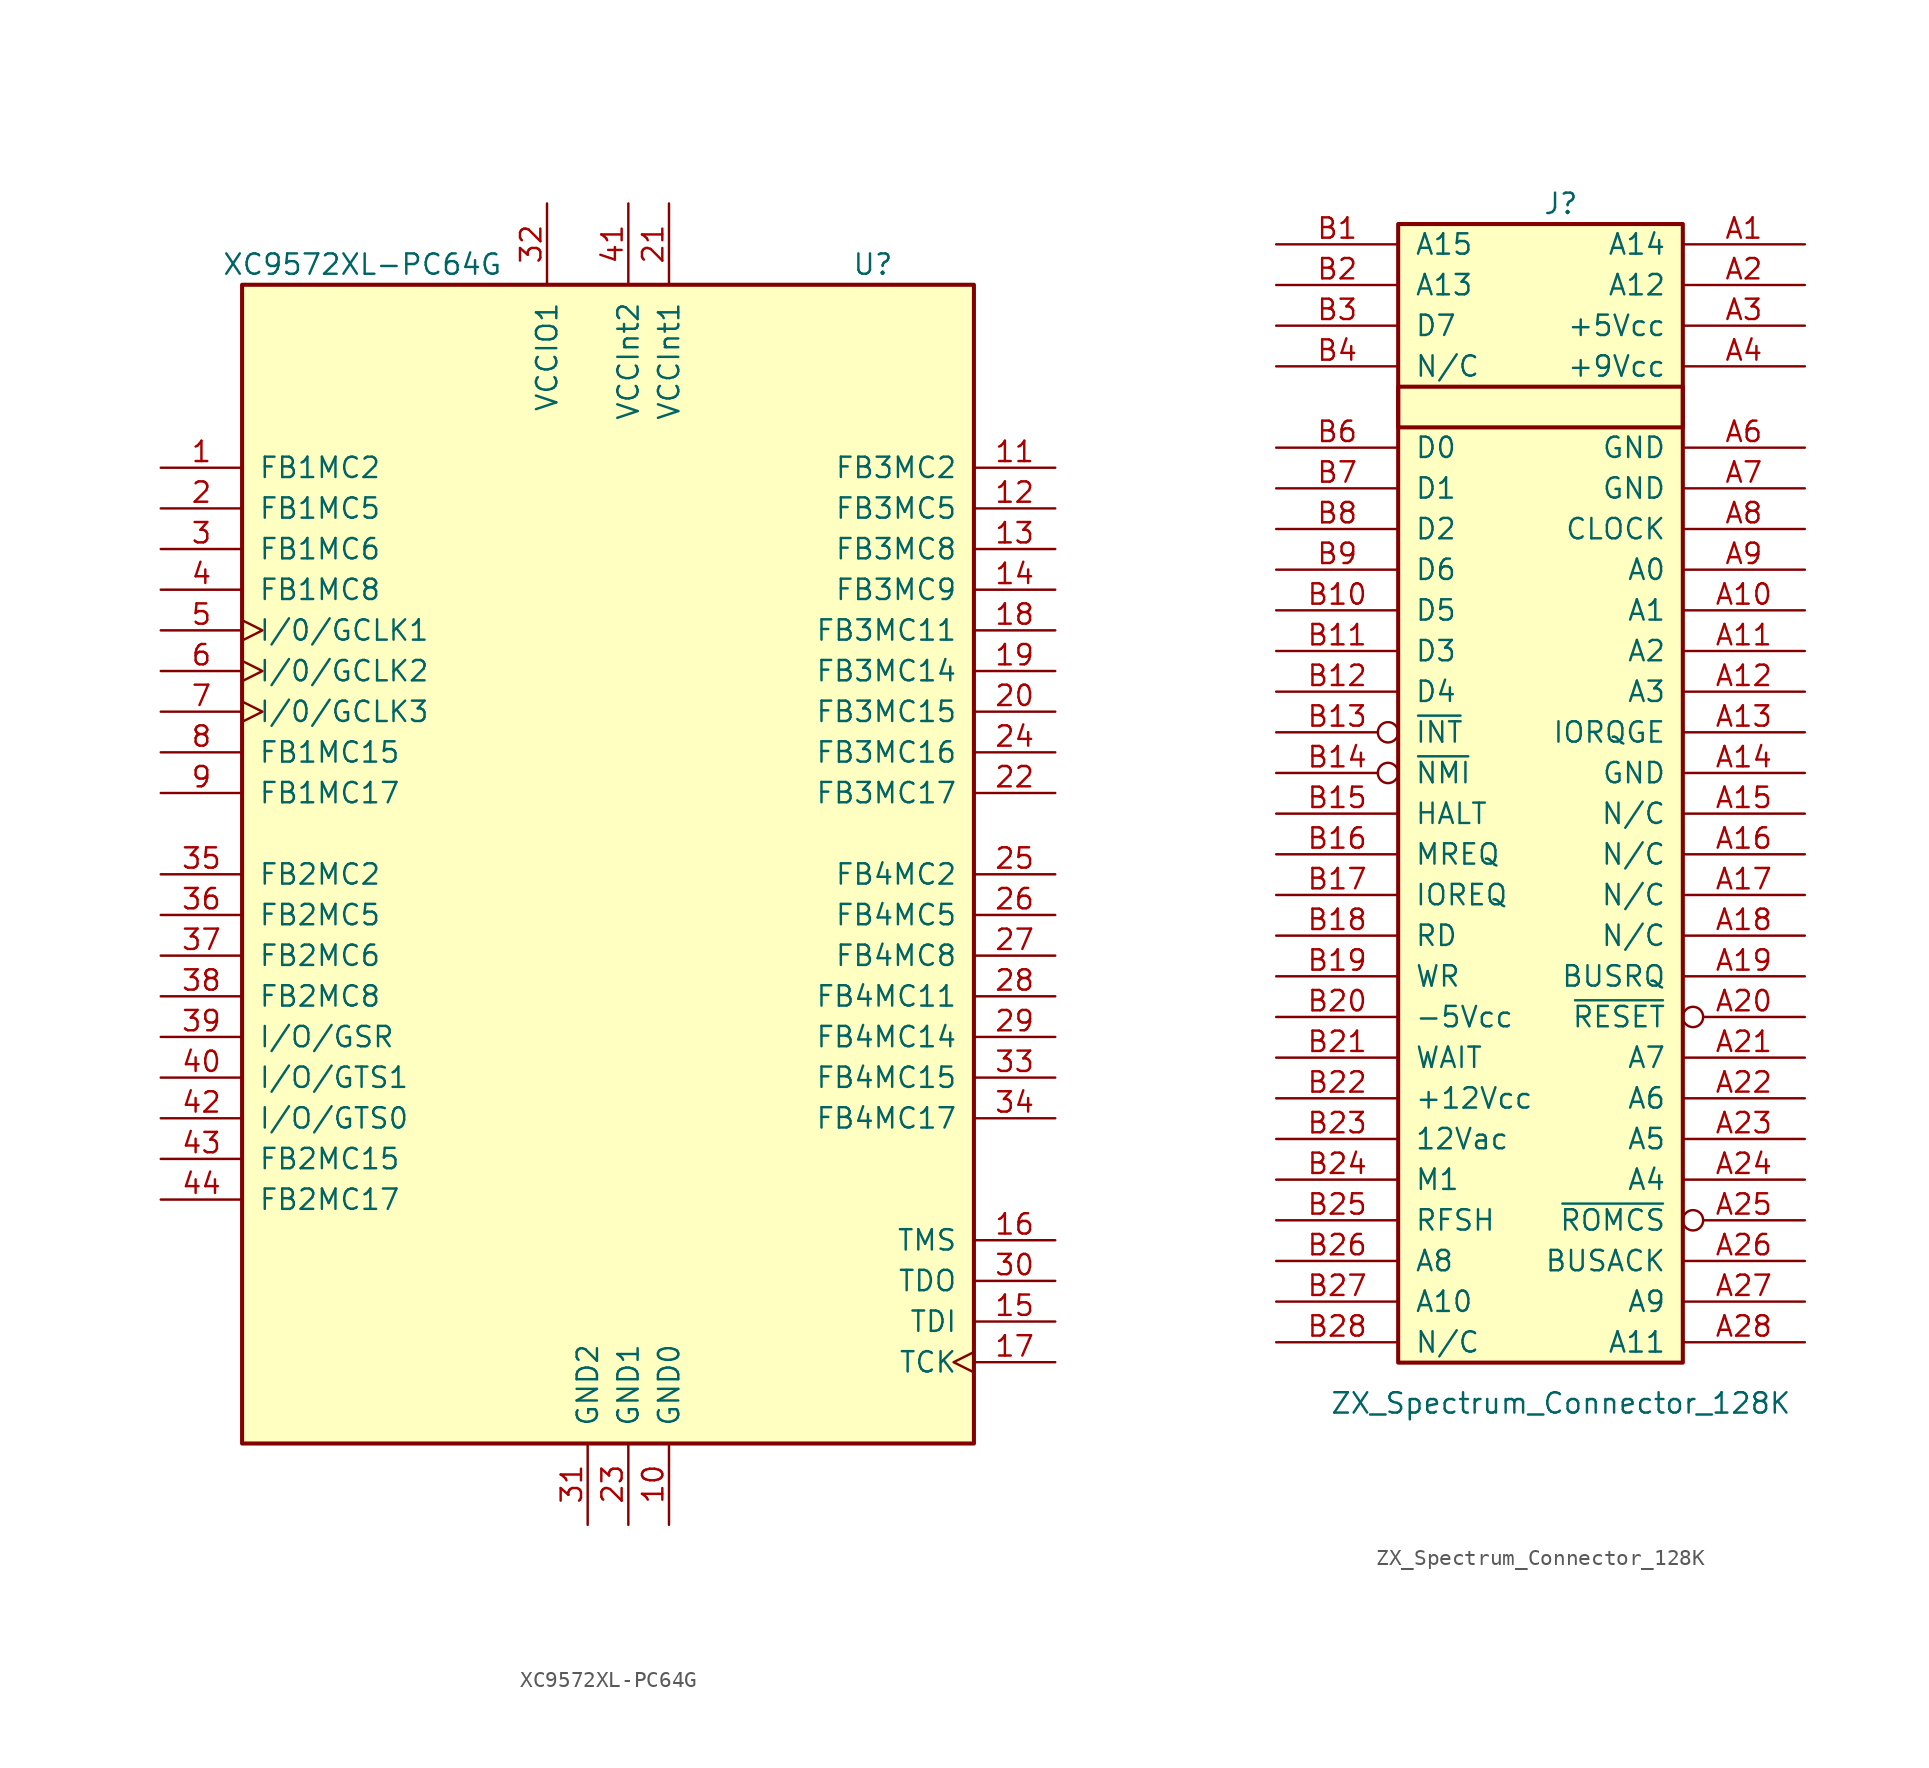
<source format=kicad_sym>
(kicad_symbol_lib
  (version 20220914)
  (generator kicad_symbol_editor)
  (symbol "XC9572XL-PC64G"
    (pin_names
      (offset 1.016))
    (property "Reference" "U"
      (at 15.24 35.56 0)
      (effects (font (size 1.27 1.27)) (justify left)))
    (property "Value" "XC9572XL-PC64G"
      (at -24.13 35.56 0)
      (effects (font (size 1.27 1.27)) (justify left)))
    (symbol "XC9572XL-PC64G_1_1"
      (rectangle (start -22.86 34.29) (end 22.86 -38.1) (stroke (width 0.254) (type default)) (fill (type background)))
      (pin bidirectional line (at -27.94 22.86 0) (length 5.08) (name "FB1MC2" (effects (font (size 1.27 1.27)))) (number "1" (effects (font (size 1.27 1.27)))))
      (pin power_in line (at 3.81 -43.18 90) (length 5.08) (name "GND0" (effects (font (size 1.27 1.27)))) (number "10" (effects (font (size 1.27 1.27)))))
      (pin bidirectional line (at 27.94 22.86 180) (length 5.08) (name "FB3MC2" (effects (font (size 1.27 1.27)))) (number "11" (effects (font (size 1.27 1.27)))))
      (pin bidirectional line (at 27.94 20.32 180) (length 5.08) (name "FB3MC5" (effects (font (size 1.27 1.27)))) (number "12" (effects (font (size 1.27 1.27)))))
      (pin bidirectional line (at 27.94 17.78 180) (length 5.08) (name "FB3MC8" (effects (font (size 1.27 1.27)))) (number "13" (effects (font (size 1.27 1.27)))))
      (pin bidirectional line (at 27.94 15.24 180) (length 5.08) (name "FB3MC9" (effects (font (size 1.27 1.27)))) (number "14" (effects (font (size 1.27 1.27)))))
      (pin bidirectional line (at 27.94 -30.48 180) (length 5.08) (name "TDI" (effects (font (size 1.27 1.27)))) (number "15" (effects (font (size 1.27 1.27)))))
      (pin bidirectional line (at 27.94 -25.4 180) (length 5.08) (name "TMS" (effects (font (size 1.27 1.27)))) (number "16" (effects (font (size 1.27 1.27)))))
      (pin bidirectional clock (at 27.94 -33.02 180) (length 5.08) (name "TCK" (effects (font (size 1.27 1.27)))) (number "17" (effects (font (size 1.27 1.27)))))
      (pin bidirectional line (at 27.94 12.7 180) (length 5.08) (name "FB3MC11" (effects (font (size 1.27 1.27)))) (number "18" (effects (font (size 1.27 1.27)))))
      (pin bidirectional line (at 27.94 10.16 180) (length 5.08) (name "FB3MC14" (effects (font (size 1.27 1.27)))) (number "19" (effects (font (size 1.27 1.27)))))
      (pin bidirectional line (at -27.94 20.32 0) (length 5.08) (name "FB1MC5" (effects (font (size 1.27 1.27)))) (number "2" (effects (font (size 1.27 1.27)))))
      (pin bidirectional line (at 27.94 7.62 180) (length 5.08) (name "FB3MC15" (effects (font (size 1.27 1.27)))) (number "20" (effects (font (size 1.27 1.27)))))
      (pin power_in line (at 3.81 39.37 270) (length 5.08) (name "VCCInt1" (effects (font (size 1.27 1.27)))) (number "21" (effects (font (size 1.27 1.27)))))
      (pin bidirectional line (at 27.94 2.54 180) (length 5.08) (name "FB3MC17" (effects (font (size 1.27 1.27)))) (number "22" (effects (font (size 1.27 1.27)))))
      (pin power_in line (at 1.27 -43.18 90) (length 5.08) (name "GND1" (effects (font (size 1.27 1.27)))) (number "23" (effects (font (size 1.27 1.27)))))
      (pin bidirectional line (at 27.94 5.08 180) (length 5.08) (name "FB3MC16" (effects (font (size 1.27 1.27)))) (number "24" (effects (font (size 1.27 1.27)))))
      (pin bidirectional line (at 27.94 -2.54 180) (length 5.08) (name "FB4MC2" (effects (font (size 1.27 1.27)))) (number "25" (effects (font (size 1.27 1.27)))))
      (pin bidirectional line (at 27.94 -5.08 180) (length 5.08) (name "FB4MC5" (effects (font (size 1.27 1.27)))) (number "26" (effects (font (size 1.27 1.27)))))
      (pin bidirectional line (at 27.94 -7.62 180) (length 5.08) (name "FB4MC8" (effects (font (size 1.27 1.27)))) (number "27" (effects (font (size 1.27 1.27)))))
      (pin bidirectional line (at 27.94 -10.16 180) (length 5.08) (name "FB4MC11" (effects (font (size 1.27 1.27)))) (number "28" (effects (font (size 1.27 1.27)))))
      (pin bidirectional line (at 27.94 -12.7 180) (length 5.08) (name "FB4MC14" (effects (font (size 1.27 1.27)))) (number "29" (effects (font (size 1.27 1.27)))))
      (pin bidirectional line (at -27.94 17.78 0) (length 5.08) (name "FB1MC6" (effects (font (size 1.27 1.27)))) (number "3" (effects (font (size 1.27 1.27)))))
      (pin bidirectional line (at 27.94 -27.94 180) (length 5.08) (name "TDO" (effects (font (size 1.27 1.27)))) (number "30" (effects (font (size 1.27 1.27)))))
      (pin power_in line (at -1.27 -43.18 90) (length 5.08) (name "GND2" (effects (font (size 1.27 1.27)))) (number "31" (effects (font (size 1.27 1.27)))))
      (pin power_in line (at -3.81 39.37 270) (length 5.08) (name "VCCIO1" (effects (font (size 1.27 1.27)))) (number "32" (effects (font (size 1.27 1.27)))))
      (pin bidirectional line (at 27.94 -15.24 180) (length 5.08) (name "FB4MC15" (effects (font (size 1.27 1.27)))) (number "33" (effects (font (size 1.27 1.27)))))
      (pin bidirectional line (at 27.94 -17.78 180) (length 5.08) (name "FB4MC17" (effects (font (size 1.27 1.27)))) (number "34" (effects (font (size 1.27 1.27)))))
      (pin bidirectional line (at -27.94 -2.54 0) (length 5.08) (name "FB2MC2" (effects (font (size 1.27 1.27)))) (number "35" (effects (font (size 1.27 1.27)))))
      (pin bidirectional line (at -27.94 -5.08 0) (length 5.08) (name "FB2MC5" (effects (font (size 1.27 1.27)))) (number "36" (effects (font (size 1.27 1.27)))))
      (pin bidirectional line (at -27.94 -7.62 0) (length 5.08) (name "FB2MC6" (effects (font (size 1.27 1.27)))) (number "37" (effects (font (size 1.27 1.27)))))
      (pin bidirectional line (at -27.94 -10.16 0) (length 5.08) (name "FB2MC8" (effects (font (size 1.27 1.27)))) (number "38" (effects (font (size 1.27 1.27)))))
      (pin bidirectional line (at -27.94 -12.7 0) (length 5.08) (name "I/O/GSR" (effects (font (size 1.27 1.27)))) (number "39" (effects (font (size 1.27 1.27)))))
      (pin bidirectional line (at -27.94 15.24 0) (length 5.08) (name "FB1MC8" (effects (font (size 1.27 1.27)))) (number "4" (effects (font (size 1.27 1.27)))))
      (pin bidirectional line (at -27.94 -15.24 0) (length 5.08) (name "I/O/GTS1" (effects (font (size 1.27 1.27)))) (number "40" (effects (font (size 1.27 1.27)))))
      (pin power_in line (at 1.27 39.37 270) (length 5.08) (name "VCCInt2" (effects (font (size 1.27 1.27)))) (number "41" (effects (font (size 1.27 1.27)))))
      (pin bidirectional line (at -27.94 -17.78 0) (length 5.08) (name "I/O/GTS0" (effects (font (size 1.27 1.27)))) (number "42" (effects (font (size 1.27 1.27)))))
      (pin bidirectional line (at -27.94 -20.32 0) (length 5.08) (name "FB2MC15" (effects (font (size 1.27 1.27)))) (number "43" (effects (font (size 1.27 1.27)))))
      (pin bidirectional line (at -27.94 -22.86 0) (length 5.08) (name "FB2MC17" (effects (font (size 1.27 1.27)))) (number "44" (effects (font (size 1.27 1.27)))))
      (pin bidirectional clock (at -27.94 12.7 0) (length 5.08) (name "I/0/GCLK1" (effects (font (size 1.27 1.27)))) (number "5" (effects (font (size 1.27 1.27)))))
      (pin bidirectional clock (at -27.94 10.16 0) (length 5.08) (name "I/0/GCLK2" (effects (font (size 1.27 1.27)))) (number "6" (effects (font (size 1.27 1.27)))))
      (pin bidirectional clock (at -27.94 7.62 0) (length 5.08) (name "I/0/GCLK3" (effects (font (size 1.27 1.27)))) (number "7" (effects (font (size 1.27 1.27)))))
      (pin bidirectional line (at -27.94 5.08 0) (length 5.08) (name "FB1MC15" (effects (font (size 1.27 1.27)))) (number "8" (effects (font (size 1.27 1.27)))))
      (pin bidirectional line (at -27.94 2.54 0) (length 5.08) (name "FB1MC17" (effects (font (size 1.27 1.27)))) (number "9" (effects (font (size 1.27 1.27)))))))
  (symbol "ZX_Spectrum_Connector_128K"
    (pin_names
      (offset 1.016))
    (property "Reference" "J"
      (at 1.27 36.83 0)
      (effects (font (size 1.27 1.27))))
    (property "Value" "ZX_Spectrum_Connector_128K"
      (at 1.27 -38.1 0)
      (effects (font (size 1.27 1.27))))
    (symbol "ZX_Spectrum_Connector_128K_1_1"
      (rectangle (start -8.89 25.4) (end 8.89 22.86) (stroke (width 0.254) (type default)) (fill (type none)))
      (rectangle (start -8.89 35.56) (end 8.89 -35.56) (stroke (width 0.254) (type default)) (fill (type background)))
      (pin bidirectional line (at 16.51 34.29 180) (length 7.62) (name "A14" (effects (font (size 1.27 1.27)))) (number "A1" (effects (font (size 1.27 1.27)))))
      (pin bidirectional line (at 16.51 11.43 180) (length 7.62) (name "A1" (effects (font (size 1.27 1.27)))) (number "A10" (effects (font (size 1.27 1.27)))))
      (pin bidirectional line (at 16.51 8.89 180) (length 7.62) (name "A2" (effects (font (size 1.27 1.27)))) (number "A11" (effects (font (size 1.27 1.27)))))
      (pin bidirectional line (at 16.51 6.35 180) (length 7.62) (name "A3" (effects (font (size 1.27 1.27)))) (number "A12" (effects (font (size 1.27 1.27)))))
      (pin bidirectional line (at 16.51 3.81 180) (length 7.62) (name "IORQGE" (effects (font (size 1.27 1.27)))) (number "A13" (effects (font (size 1.27 1.27)))))
      (pin bidirectional line (at 16.51 1.27 180) (length 7.62) (name "GND" (effects (font (size 1.27 1.27)))) (number "A14" (effects (font (size 1.27 1.27)))))
      (pin passive line (at 16.51 -1.27 180) (length 7.62) (name "N/C" (effects (font (size 1.27 1.27)))) (number "A15" (effects (font (size 1.27 1.27)))))
      (pin passive line (at 16.51 -3.81 180) (length 7.62) (name "N/C" (effects (font (size 1.27 1.27)))) (number "A16" (effects (font (size 1.27 1.27)))))
      (pin passive line (at 16.51 -6.35 180) (length 7.62) (name "N/C" (effects (font (size 1.27 1.27)))) (number "A17" (effects (font (size 1.27 1.27)))))
      (pin passive line (at 16.51 -8.89 180) (length 7.62) (name "N/C" (effects (font (size 1.27 1.27)))) (number "A18" (effects (font (size 1.27 1.27)))))
      (pin bidirectional line (at 16.51 -11.43 180) (length 7.62) (name "BUSRQ" (effects (font (size 1.27 1.27)))) (number "A19" (effects (font (size 1.27 1.27)))))
      (pin bidirectional line (at 16.51 31.75 180) (length 7.62) (name "A12" (effects (font (size 1.27 1.27)))) (number "A2" (effects (font (size 1.27 1.27)))))
      (pin bidirectional inverted (at 16.51 -13.97 180) (length 7.62) (name "~{RESET}" (effects (font (size 1.27 1.27)))) (number "A20" (effects (font (size 1.27 1.27)))))
      (pin bidirectional line (at 16.51 -16.51 180) (length 7.62) (name "A7" (effects (font (size 1.27 1.27)))) (number "A21" (effects (font (size 1.27 1.27)))))
      (pin bidirectional line (at 16.51 -19.05 180) (length 7.62) (name "A6" (effects (font (size 1.27 1.27)))) (number "A22" (effects (font (size 1.27 1.27)))))
      (pin bidirectional line (at 16.51 -21.59 180) (length 7.62) (name "A5" (effects (font (size 1.27 1.27)))) (number "A23" (effects (font (size 1.27 1.27)))))
      (pin bidirectional line (at 16.51 -24.13 180) (length 7.62) (name "A4" (effects (font (size 1.27 1.27)))) (number "A24" (effects (font (size 1.27 1.27)))))
      (pin bidirectional inverted (at 16.51 -26.67 180) (length 7.62) (name "~{ROMCS}" (effects (font (size 1.27 1.27)))) (number "A25" (effects (font (size 1.27 1.27)))))
      (pin bidirectional line (at 16.51 -29.21 180) (length 7.62) (name "BUSACK" (effects (font (size 1.27 1.27)))) (number "A26" (effects (font (size 1.27 1.27)))))
      (pin bidirectional line (at 16.51 -31.75 180) (length 7.62) (name "A9" (effects (font (size 1.27 1.27)))) (number "A27" (effects (font (size 1.27 1.27)))))
      (pin bidirectional line (at 16.51 -34.29 180) (length 7.62) (name "A11" (effects (font (size 1.27 1.27)))) (number "A28" (effects (font (size 1.27 1.27)))))
      (pin bidirectional line (at 16.51 29.21 180) (length 7.62) (name "+5Vcc" (effects (font (size 1.27 1.27)))) (number "A3" (effects (font (size 1.27 1.27)))))
      (pin bidirectional line (at 16.51 26.67 180) (length 7.62) (name "+9Vcc" (effects (font (size 1.27 1.27)))) (number "A4" (effects (font (size 1.27 1.27)))))
      (pin bidirectional line (at 16.51 21.59 180) (length 7.62) (name "GND" (effects (font (size 1.27 1.27)))) (number "A6" (effects (font (size 1.27 1.27)))))
      (pin bidirectional line (at 16.51 19.05 180) (length 7.62) (name "GND" (effects (font (size 1.27 1.27)))) (number "A7" (effects (font (size 1.27 1.27)))))
      (pin bidirectional line (at 16.51 16.51 180) (length 7.62) (name "CLOCK" (effects (font (size 1.27 1.27)))) (number "A8" (effects (font (size 1.27 1.27)))))
      (pin bidirectional line (at 16.51 13.97 180) (length 7.62) (name "A0" (effects (font (size 1.27 1.27)))) (number "A9" (effects (font (size 1.27 1.27)))))
      (pin bidirectional line (at -16.51 34.29 0) (length 7.62) (name "A15" (effects (font (size 1.27 1.27)))) (number "B1" (effects (font (size 1.27 1.27)))))
      (pin bidirectional line (at -16.51 11.43 0) (length 7.62) (name "D5" (effects (font (size 1.27 1.27)))) (number "B10" (effects (font (size 1.27 1.27)))))
      (pin bidirectional line (at -16.51 8.89 0) (length 7.62) (name "D3" (effects (font (size 1.27 1.27)))) (number "B11" (effects (font (size 1.27 1.27)))))
      (pin bidirectional line (at -16.51 6.35 0) (length 7.62) (name "D4" (effects (font (size 1.27 1.27)))) (number "B12" (effects (font (size 1.27 1.27)))))
      (pin bidirectional inverted (at -16.51 3.81 0) (length 7.62) (name "~{INT}" (effects (font (size 1.27 1.27)))) (number "B13" (effects (font (size 1.27 1.27)))))
      (pin bidirectional inverted (at -16.51 1.27 0) (length 7.62) (name "~{NMI}" (effects (font (size 1.27 1.27)))) (number "B14" (effects (font (size 1.27 1.27)))))
      (pin bidirectional line (at -16.51 -1.27 0) (length 7.62) (name "HALT" (effects (font (size 1.27 1.27)))) (number "B15" (effects (font (size 1.27 1.27)))))
      (pin bidirectional line (at -16.51 -3.81 0) (length 7.62) (name "MREQ" (effects (font (size 1.27 1.27)))) (number "B16" (effects (font (size 1.27 1.27)))))
      (pin bidirectional line (at -16.51 -6.35 0) (length 7.62) (name "IOREQ" (effects (font (size 1.27 1.27)))) (number "B17" (effects (font (size 1.27 1.27)))))
      (pin bidirectional line (at -16.51 -8.89 0) (length 7.62) (name "RD" (effects (font (size 1.27 1.27)))) (number "B18" (effects (font (size 1.27 1.27)))))
      (pin bidirectional line (at -16.51 -11.43 0) (length 7.62) (name "WR" (effects (font (size 1.27 1.27)))) (number "B19" (effects (font (size 1.27 1.27)))))
      (pin bidirectional line (at -16.51 31.75 0) (length 7.62) (name "A13" (effects (font (size 1.27 1.27)))) (number "B2" (effects (font (size 1.27 1.27)))))
      (pin bidirectional line (at -16.51 -13.97 0) (length 7.62) (name "-5Vcc" (effects (font (size 1.27 1.27)))) (number "B20" (effects (font (size 1.27 1.27)))))
      (pin bidirectional line (at -16.51 -16.51 0) (length 7.62) (name "WAIT" (effects (font (size 1.27 1.27)))) (number "B21" (effects (font (size 1.27 1.27)))))
      (pin bidirectional line (at -16.51 -19.05 0) (length 7.62) (name "+12Vcc" (effects (font (size 1.27 1.27)))) (number "B22" (effects (font (size 1.27 1.27)))))
      (pin bidirectional line (at -16.51 -21.59 0) (length 7.62) (name "12Vac" (effects (font (size 1.27 1.27)))) (number "B23" (effects (font (size 1.27 1.27)))))
      (pin bidirectional line (at -16.51 -24.13 0) (length 7.62) (name "M1" (effects (font (size 1.27 1.27)))) (number "B24" (effects (font (size 1.27 1.27)))))
      (pin bidirectional line (at -16.51 -26.67 0) (length 7.62) (name "RFSH" (effects (font (size 1.27 1.27)))) (number "B25" (effects (font (size 1.27 1.27)))))
      (pin bidirectional line (at -16.51 -29.21 0) (length 7.62) (name "A8" (effects (font (size 1.27 1.27)))) (number "B26" (effects (font (size 1.27 1.27)))))
      (pin bidirectional line (at -16.51 -31.75 0) (length 7.62) (name "A10" (effects (font (size 1.27 1.27)))) (number "B27" (effects (font (size 1.27 1.27)))))
      (pin passive line (at -16.51 -34.29 0) (length 7.62) (name "N/C" (effects (font (size 1.27 1.27)))) (number "B28" (effects (font (size 1.27 1.27)))))
      (pin bidirectional line (at -16.51 29.21 0) (length 7.62) (name "D7" (effects (font (size 1.27 1.27)))) (number "B3" (effects (font (size 1.27 1.27)))))
      (pin unspecified line (at -16.51 26.67 0) (length 7.62) (name "N/C" (effects (font (size 1.27 1.27)))) (number "B4" (effects (font (size 1.27 1.27)))))
      (pin bidirectional line (at -16.51 21.59 0) (length 7.62) (name "D0" (effects (font (size 1.27 1.27)))) (number "B6" (effects (font (size 1.27 1.27)))))
      (pin bidirectional line (at -16.51 19.05 0) (length 7.62) (name "D1" (effects (font (size 1.27 1.27)))) (number "B7" (effects (font (size 1.27 1.27)))))
      (pin bidirectional line (at -16.51 16.51 0) (length 7.62) (name "D2" (effects (font (size 1.27 1.27)))) (number "B8" (effects (font (size 1.27 1.27)))))
      (pin bidirectional line (at -16.51 13.97 0) (length 7.62) (name "D6" (effects (font (size 1.27 1.27)))) (number "B9" (effects (font (size 1.27 1.27))))))))
</source>
